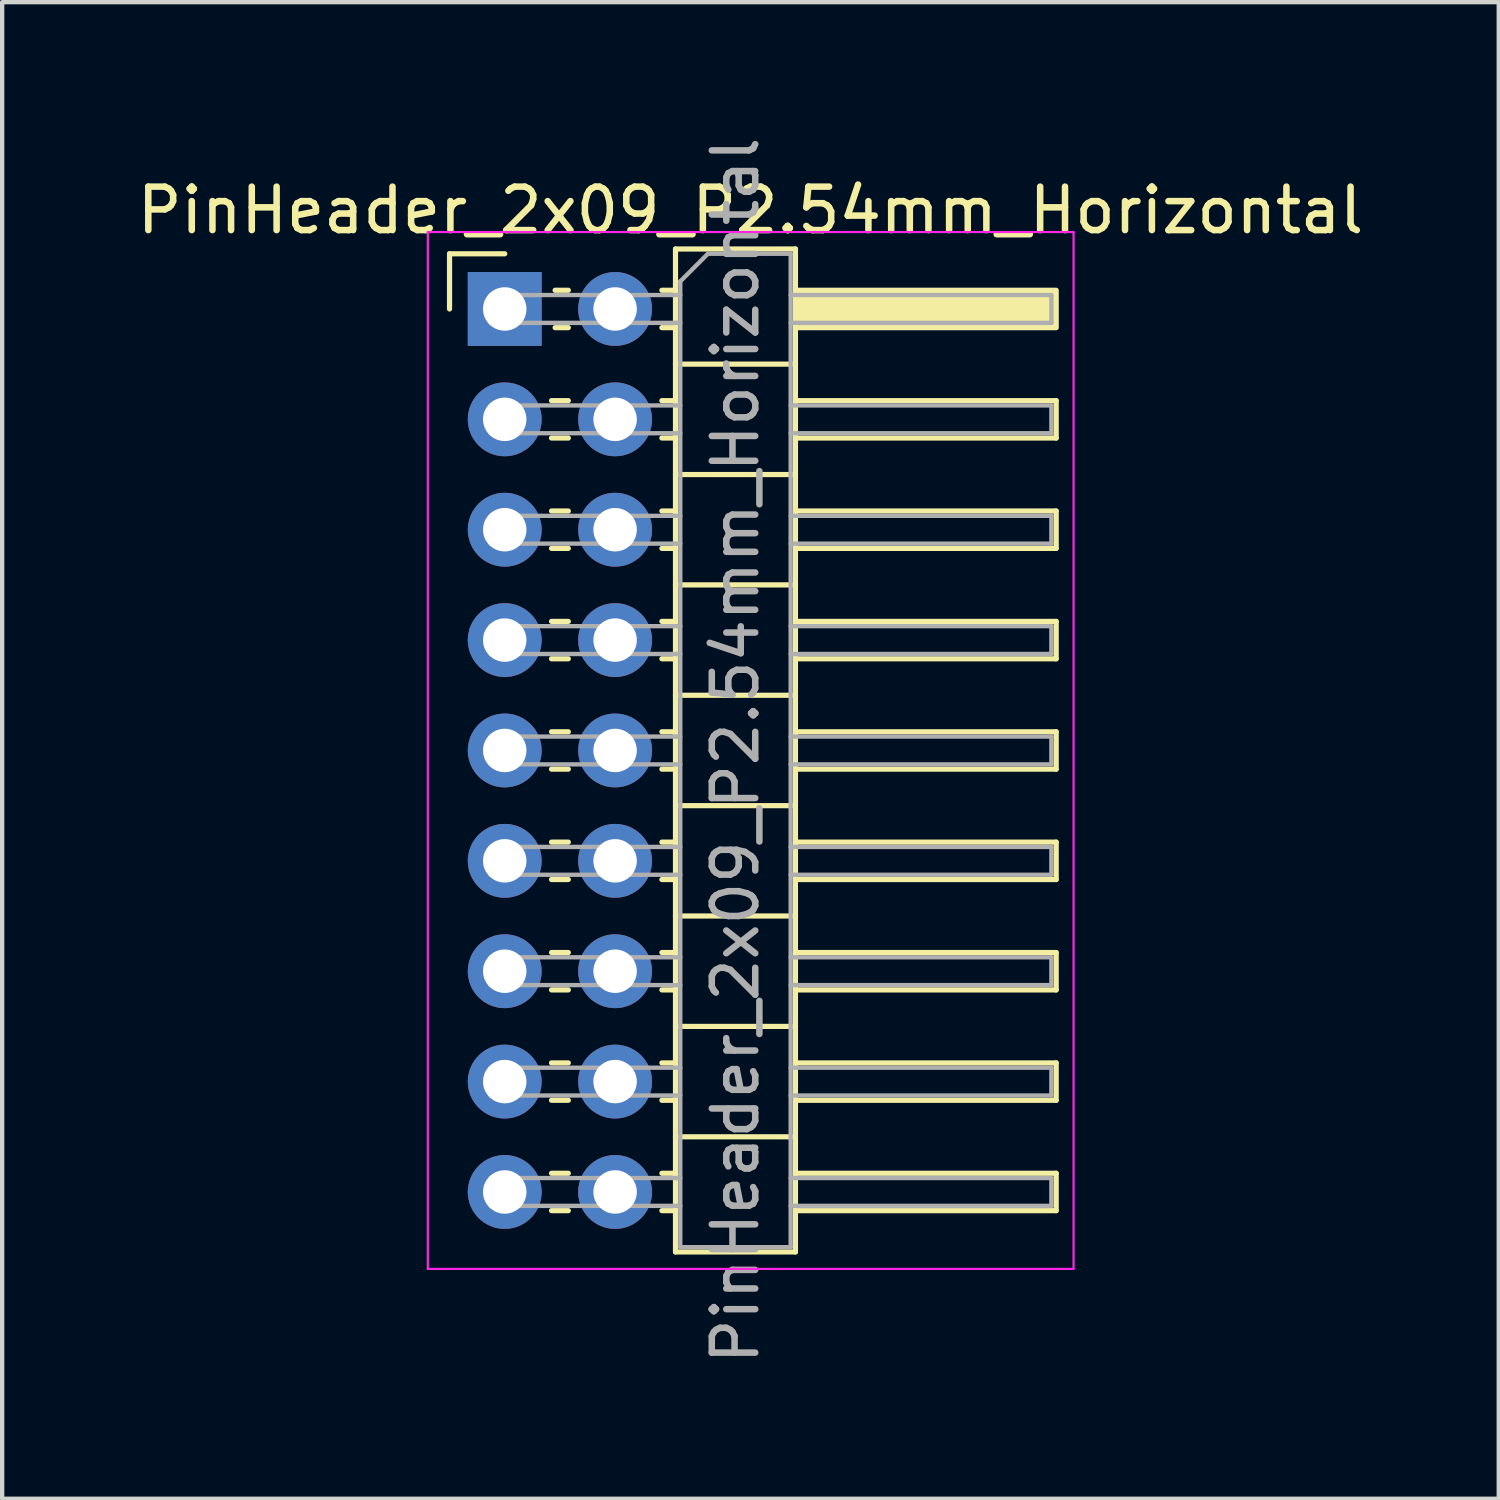
<source format=kicad_pcb>
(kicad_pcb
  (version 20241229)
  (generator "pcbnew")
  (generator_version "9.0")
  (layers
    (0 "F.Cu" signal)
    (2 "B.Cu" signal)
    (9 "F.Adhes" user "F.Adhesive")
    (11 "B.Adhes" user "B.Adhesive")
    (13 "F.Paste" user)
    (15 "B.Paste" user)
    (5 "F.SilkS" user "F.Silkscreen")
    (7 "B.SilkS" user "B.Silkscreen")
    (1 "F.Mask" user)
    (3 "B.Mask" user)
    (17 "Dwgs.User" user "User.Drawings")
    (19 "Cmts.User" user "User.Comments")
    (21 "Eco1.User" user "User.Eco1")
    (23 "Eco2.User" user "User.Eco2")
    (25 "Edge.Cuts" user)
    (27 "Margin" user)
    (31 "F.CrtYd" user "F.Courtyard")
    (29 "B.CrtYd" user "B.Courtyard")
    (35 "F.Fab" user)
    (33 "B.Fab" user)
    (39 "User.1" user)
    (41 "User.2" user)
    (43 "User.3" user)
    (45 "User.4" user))
  (footprint "PinHeader_2x09_P2.54mm_Horizontal"
    (layer "F.Cu")
    (at 8.565 4.06)
    (property "Reference" "PinHeader_2x09_P2.54mm_Horizontal" (at 5.655 -2.27 0) (layer "F.SilkS") (effects (font (size 1 1) (thickness 0.15))))
    (attr through_hole)
    (fp_line (start -1.27 -1.27) (end 0 -1.27) (stroke (width 0.12) (type solid)) (layer "F.SilkS"))
    (fp_line (start -1.27 0) (end -1.27 -1.27) (stroke (width 0.12) (type solid)) (layer "F.SilkS"))
    (fp_line (start 1.077 2.11) (end 1.463 2.11) (stroke (width 0.12) (type solid)) (layer "F.SilkS"))
    (fp_line (start 1.077 2.97) (end 1.463 2.97) (stroke (width 0.12) (type solid)) (layer "F.SilkS"))
    (fp_line (start 1.077 4.65) (end 1.463 4.65) (stroke (width 0.12) (type solid)) (layer "F.SilkS"))
    (fp_line (start 1.077 5.51) (end 1.463 5.51) (stroke (width 0.12) (type solid)) (layer "F.SilkS"))
    (fp_line (start 1.077 7.19) (end 1.463 7.19) (stroke (width 0.12) (type solid)) (layer "F.SilkS"))
    (fp_line (start 1.077 8.05) (end 1.463 8.05) (stroke (width 0.12) (type solid)) (layer "F.SilkS"))
    (fp_line (start 1.077 9.73) (end 1.463 9.73) (stroke (width 0.12) (type solid)) (layer "F.SilkS"))
    (fp_line (start 1.077 10.59) (end 1.463 10.59) (stroke (width 0.12) (type solid)) (layer "F.SilkS"))
    (fp_line (start 1.077 12.27) (end 1.463 12.27) (stroke (width 0.12) (type solid)) (layer "F.SilkS"))
    (fp_line (start 1.077 13.13) (end 1.463 13.13) (stroke (width 0.12) (type solid)) (layer "F.SilkS"))
    (fp_line (start 1.077 14.81) (end 1.463 14.81) (stroke (width 0.12) (type solid)) (layer "F.SilkS"))
    (fp_line (start 1.077 15.67) (end 1.463 15.67) (stroke (width 0.12) (type solid)) (layer "F.SilkS"))
    (fp_line (start 1.077 17.35) (end 1.463 17.35) (stroke (width 0.12) (type solid)) (layer "F.SilkS"))
    (fp_line (start 1.077 18.21) (end 1.463 18.21) (stroke (width 0.12) (type solid)) (layer "F.SilkS"))
    (fp_line (start 1.077 19.89) (end 1.463 19.89) (stroke (width 0.12) (type solid)) (layer "F.SilkS"))
    (fp_line (start 1.077 20.75) (end 1.463 20.75) (stroke (width 0.12) (type solid)) (layer "F.SilkS"))
    (fp_line (start 1.16 -0.43) (end 1.463 -0.43) (stroke (width 0.12) (type solid)) (layer "F.SilkS"))
    (fp_line (start 1.16 0.43) (end 1.463 0.43) (stroke (width 0.12) (type solid)) (layer "F.SilkS"))
    (fp_line (start 3.617 -0.43) (end 3.93 -0.43) (stroke (width 0.12) (type solid)) (layer "F.SilkS"))
    (fp_line (start 3.617 0.43) (end 3.93 0.43) (stroke (width 0.12) (type solid)) (layer "F.SilkS"))
    (fp_line (start 3.617 2.11) (end 3.93 2.11) (stroke (width 0.12) (type solid)) (layer "F.SilkS"))
    (fp_line (start 3.617 2.97) (end 3.93 2.97) (stroke (width 0.12) (type solid)) (layer "F.SilkS"))
    (fp_line (start 3.617 4.65) (end 3.93 4.65) (stroke (width 0.12) (type solid)) (layer "F.SilkS"))
    (fp_line (start 3.617 5.51) (end 3.93 5.51) (stroke (width 0.12) (type solid)) (layer "F.SilkS"))
    (fp_line (start 3.617 7.19) (end 3.93 7.19) (stroke (width 0.12) (type solid)) (layer "F.SilkS"))
    (fp_line (start 3.617 8.05) (end 3.93 8.05) (stroke (width 0.12) (type solid)) (layer "F.SilkS"))
    (fp_line (start 3.617 9.73) (end 3.93 9.73) (stroke (width 0.12) (type solid)) (layer "F.SilkS"))
    (fp_line (start 3.617 10.59) (end 3.93 10.59) (stroke (width 0.12) (type solid)) (layer "F.SilkS"))
    (fp_line (start 3.617 12.27) (end 3.93 12.27) (stroke (width 0.12) (type solid)) (layer "F.SilkS"))
    (fp_line (start 3.617 13.13) (end 3.93 13.13) (stroke (width 0.12) (type solid)) (layer "F.SilkS"))
    (fp_line (start 3.617 14.81) (end 3.93 14.81) (stroke (width 0.12) (type solid)) (layer "F.SilkS"))
    (fp_line (start 3.617 15.67) (end 3.93 15.67) (stroke (width 0.12) (type solid)) (layer "F.SilkS"))
    (fp_line (start 3.617 17.35) (end 3.93 17.35) (stroke (width 0.12) (type solid)) (layer "F.SilkS"))
    (fp_line (start 3.617 18.21) (end 3.93 18.21) (stroke (width 0.12) (type solid)) (layer "F.SilkS"))
    (fp_line (start 3.617 19.89) (end 3.93 19.89) (stroke (width 0.12) (type solid)) (layer "F.SilkS"))
    (fp_line (start 3.617 20.75) (end 3.93 20.75) (stroke (width 0.12) (type solid)) (layer "F.SilkS"))
    (fp_line (start 3.93 -1.38) (end 3.93 21.7) (stroke (width 0.12) (type solid)) (layer "F.SilkS"))
    (fp_line (start 3.93 1.27) (end 6.69 1.27) (stroke (width 0.12) (type solid)) (layer "F.SilkS"))
    (fp_line (start 3.93 3.81) (end 6.69 3.81) (stroke (width 0.12) (type solid)) (layer "F.SilkS"))
    (fp_line (start 3.93 6.35) (end 6.69 6.35) (stroke (width 0.12) (type solid)) (layer "F.SilkS"))
    (fp_line (start 3.93 8.89) (end 6.69 8.89) (stroke (width 0.12) (type solid)) (layer "F.SilkS"))
    (fp_line (start 3.93 11.43) (end 6.69 11.43) (stroke (width 0.12) (type solid)) (layer "F.SilkS"))
    (fp_line (start 3.93 13.97) (end 6.69 13.97) (stroke (width 0.12) (type solid)) (layer "F.SilkS"))
    (fp_line (start 3.93 16.51) (end 6.69 16.51) (stroke (width 0.12) (type solid)) (layer "F.SilkS"))
    (fp_line (start 3.93 19.05) (end 6.69 19.05) (stroke (width 0.12) (type solid)) (layer "F.SilkS"))
    (fp_line (start 3.93 21.7) (end 6.69 21.7) (stroke (width 0.12) (type solid)) (layer "F.SilkS"))
    (fp_line (start 6.69 -1.38) (end 3.93 -1.38) (stroke (width 0.12) (type solid)) (layer "F.SilkS"))
    (fp_line (start 6.69 2.11) (end 12.69 2.11) (stroke (width 0.12) (type solid)) (layer "F.SilkS"))
    (fp_line (start 6.69 4.65) (end 12.69 4.65) (stroke (width 0.12) (type solid)) (layer "F.SilkS"))
    (fp_line (start 6.69 7.19) (end 12.69 7.19) (stroke (width 0.12) (type solid)) (layer "F.SilkS"))
    (fp_line (start 6.69 9.73) (end 12.69 9.73) (stroke (width 0.12) (type solid)) (layer "F.SilkS"))
    (fp_line (start 6.69 12.27) (end 12.69 12.27) (stroke (width 0.12) (type solid)) (layer "F.SilkS"))
    (fp_line (start 6.69 14.81) (end 12.69 14.81) (stroke (width 0.12) (type solid)) (layer "F.SilkS"))
    (fp_line (start 6.69 17.35) (end 12.69 17.35) (stroke (width 0.12) (type solid)) (layer "F.SilkS"))
    (fp_line (start 6.69 19.89) (end 12.69 19.89) (stroke (width 0.12) (type solid)) (layer "F.SilkS"))
    (fp_line (start 6.69 21.7) (end 6.69 -1.38) (stroke (width 0.12) (type solid)) (layer "F.SilkS"))
    (fp_line (start 12.69 2.11) (end 12.69 2.97) (stroke (width 0.12) (type solid)) (layer "F.SilkS"))
    (fp_line (start 12.69 2.97) (end 6.69 2.97) (stroke (width 0.12) (type solid)) (layer "F.SilkS"))
    (fp_line (start 12.69 4.65) (end 12.69 5.51) (stroke (width 0.12) (type solid)) (layer "F.SilkS"))
    (fp_line (start 12.69 5.51) (end 6.69 5.51) (stroke (width 0.12) (type solid)) (layer "F.SilkS"))
    (fp_line (start 12.69 7.19) (end 12.69 8.05) (stroke (width 0.12) (type solid)) (layer "F.SilkS"))
    (fp_line (start 12.69 8.05) (end 6.69 8.05) (stroke (width 0.12) (type solid)) (layer "F.SilkS"))
    (fp_line (start 12.69 9.73) (end 12.69 10.59) (stroke (width 0.12) (type solid)) (layer "F.SilkS"))
    (fp_line (start 12.69 10.59) (end 6.69 10.59) (stroke (width 0.12) (type solid)) (layer "F.SilkS"))
    (fp_line (start 12.69 12.27) (end 12.69 13.13) (stroke (width 0.12) (type solid)) (layer "F.SilkS"))
    (fp_line (start 12.69 13.13) (end 6.69 13.13) (stroke (width 0.12) (type solid)) (layer "F.SilkS"))
    (fp_line (start 12.69 14.81) (end 12.69 15.67) (stroke (width 0.12) (type solid)) (layer "F.SilkS"))
    (fp_line (start 12.69 15.67) (end 6.69 15.67) (stroke (width 0.12) (type solid)) (layer "F.SilkS"))
    (fp_line (start 12.69 17.35) (end 12.69 18.21) (stroke (width 0.12) (type solid)) (layer "F.SilkS"))
    (fp_line (start 12.69 18.21) (end 6.69 18.21) (stroke (width 0.12) (type solid)) (layer "F.SilkS"))
    (fp_line (start 12.69 19.89) (end 12.69 20.75) (stroke (width 0.12) (type solid)) (layer "F.SilkS"))
    (fp_line (start 12.69 20.75) (end 6.69 20.75) (stroke (width 0.12) (type solid)) (layer "F.SilkS"))
    (fp_rect (start 6.69 -0.43) (end 12.69 0.43) (stroke (width 0.12) (type solid)) (fill yes) (layer "F.SilkS"))
    (fp_line (start -1.77 -1.77) (end -1.77 22.09) (stroke (width 0.05) (type solid)) (layer "F.CrtYd"))
    (fp_line (start -1.77 22.09) (end 13.09 22.09) (stroke (width 0.05) (type solid)) (layer "F.CrtYd"))
    (fp_line (start 13.09 -1.77) (end -1.77 -1.77) (stroke (width 0.05) (type solid)) (layer "F.CrtYd"))
    (fp_line (start 13.09 22.09) (end 13.09 -1.77) (stroke (width 0.05) (type solid)) (layer "F.CrtYd"))
    (fp_line (start -0.32 -0.32) (end -0.32 0.32) (stroke (width 0.1) (type solid)) (layer "F.Fab"))
    (fp_line (start -0.32 -0.32) (end 4.04 -0.32) (stroke (width 0.1) (type solid)) (layer "F.Fab"))
    (fp_line (start -0.32 0.32) (end 4.04 0.32) (stroke (width 0.1) (type solid)) (layer "F.Fab"))
    (fp_line (start -0.32 2.22) (end -0.32 2.86) (stroke (width 0.1) (type solid)) (layer "F.Fab"))
    (fp_line (start -0.32 2.22) (end 4.04 2.22) (stroke (width 0.1) (type solid)) (layer "F.Fab"))
    (fp_line (start -0.32 2.86) (end 4.04 2.86) (stroke (width 0.1) (type solid)) (layer "F.Fab"))
    (fp_line (start -0.32 4.76) (end -0.32 5.4) (stroke (width 0.1) (type solid)) (layer "F.Fab"))
    (fp_line (start -0.32 4.76) (end 4.04 4.76) (stroke (width 0.1) (type solid)) (layer "F.Fab"))
    (fp_line (start -0.32 5.4) (end 4.04 5.4) (stroke (width 0.1) (type solid)) (layer "F.Fab"))
    (fp_line (start -0.32 7.3) (end -0.32 7.94) (stroke (width 0.1) (type solid)) (layer "F.Fab"))
    (fp_line (start -0.32 7.3) (end 4.04 7.3) (stroke (width 0.1) (type solid)) (layer "F.Fab"))
    (fp_line (start -0.32 7.94) (end 4.04 7.94) (stroke (width 0.1) (type solid)) (layer "F.Fab"))
    (fp_line (start -0.32 9.84) (end -0.32 10.48) (stroke (width 0.1) (type solid)) (layer "F.Fab"))
    (fp_line (start -0.32 9.84) (end 4.04 9.84) (stroke (width 0.1) (type solid)) (layer "F.Fab"))
    (fp_line (start -0.32 10.48) (end 4.04 10.48) (stroke (width 0.1) (type solid)) (layer "F.Fab"))
    (fp_line (start -0.32 12.38) (end -0.32 13.02) (stroke (width 0.1) (type solid)) (layer "F.Fab"))
    (fp_line (start -0.32 12.38) (end 4.04 12.38) (stroke (width 0.1) (type solid)) (layer "F.Fab"))
    (fp_line (start -0.32 13.02) (end 4.04 13.02) (stroke (width 0.1) (type solid)) (layer "F.Fab"))
    (fp_line (start -0.32 14.92) (end -0.32 15.56) (stroke (width 0.1) (type solid)) (layer "F.Fab"))
    (fp_line (start -0.32 14.92) (end 4.04 14.92) (stroke (width 0.1) (type solid)) (layer "F.Fab"))
    (fp_line (start -0.32 15.56) (end 4.04 15.56) (stroke (width 0.1) (type solid)) (layer "F.Fab"))
    (fp_line (start -0.32 17.46) (end -0.32 18.1) (stroke (width 0.1) (type solid)) (layer "F.Fab"))
    (fp_line (start -0.32 17.46) (end 4.04 17.46) (stroke (width 0.1) (type solid)) (layer "F.Fab"))
    (fp_line (start -0.32 18.1) (end 4.04 18.1) (stroke (width 0.1) (type solid)) (layer "F.Fab"))
    (fp_line (start -0.32 20) (end -0.32 20.64) (stroke (width 0.1) (type solid)) (layer "F.Fab"))
    (fp_line (start -0.32 20) (end 4.04 20) (stroke (width 0.1) (type solid)) (layer "F.Fab"))
    (fp_line (start -0.32 20.64) (end 4.04 20.64) (stroke (width 0.1) (type solid)) (layer "F.Fab"))
    (fp_line (start 4.04 -0.635) (end 4.675 -1.27) (stroke (width 0.1) (type solid)) (layer "F.Fab"))
    (fp_line (start 4.04 21.59) (end 4.04 -0.635) (stroke (width 0.1) (type solid)) (layer "F.Fab"))
    (fp_line (start 4.675 -1.27) (end 6.58 -1.27) (stroke (width 0.1) (type solid)) (layer "F.Fab"))
    (fp_line (start 6.58 -1.27) (end 6.58 21.59) (stroke (width 0.1) (type solid)) (layer "F.Fab"))
    (fp_line (start 6.58 -0.32) (end 12.58 -0.32) (stroke (width 0.1) (type solid)) (layer "F.Fab"))
    (fp_line (start 6.58 0.32) (end 12.58 0.32) (stroke (width 0.1) (type solid)) (layer "F.Fab"))
    (fp_line (start 6.58 2.22) (end 12.58 2.22) (stroke (width 0.1) (type solid)) (layer "F.Fab"))
    (fp_line (start 6.58 2.86) (end 12.58 2.86) (stroke (width 0.1) (type solid)) (layer "F.Fab"))
    (fp_line (start 6.58 4.76) (end 12.58 4.76) (stroke (width 0.1) (type solid)) (layer "F.Fab"))
    (fp_line (start 6.58 5.4) (end 12.58 5.4) (stroke (width 0.1) (type solid)) (layer "F.Fab"))
    (fp_line (start 6.58 7.3) (end 12.58 7.3) (stroke (width 0.1) (type solid)) (layer "F.Fab"))
    (fp_line (start 6.58 7.94) (end 12.58 7.94) (stroke (width 0.1) (type solid)) (layer "F.Fab"))
    (fp_line (start 6.58 9.84) (end 12.58 9.84) (stroke (width 0.1) (type solid)) (layer "F.Fab"))
    (fp_line (start 6.58 10.48) (end 12.58 10.48) (stroke (width 0.1) (type solid)) (layer "F.Fab"))
    (fp_line (start 6.58 12.38) (end 12.58 12.38) (stroke (width 0.1) (type solid)) (layer "F.Fab"))
    (fp_line (start 6.58 13.02) (end 12.58 13.02) (stroke (width 0.1) (type solid)) (layer "F.Fab"))
    (fp_line (start 6.58 14.92) (end 12.58 14.92) (stroke (width 0.1) (type solid)) (layer "F.Fab"))
    (fp_line (start 6.58 15.56) (end 12.58 15.56) (stroke (width 0.1) (type solid)) (layer "F.Fab"))
    (fp_line (start 6.58 17.46) (end 12.58 17.46) (stroke (width 0.1) (type solid)) (layer "F.Fab"))
    (fp_line (start 6.58 18.1) (end 12.58 18.1) (stroke (width 0.1) (type solid)) (layer "F.Fab"))
    (fp_line (start 6.58 20) (end 12.58 20) (stroke (width 0.1) (type solid)) (layer "F.Fab"))
    (fp_line (start 6.58 20.64) (end 12.58 20.64) (stroke (width 0.1) (type solid)) (layer "F.Fab"))
    (fp_line (start 6.58 21.59) (end 4.04 21.59) (stroke (width 0.1) (type solid)) (layer "F.Fab"))
    (fp_line (start 12.58 -0.32) (end 12.58 0.32) (stroke (width 0.1) (type solid)) (layer "F.Fab"))
    (fp_line (start 12.58 2.22) (end 12.58 2.86) (stroke (width 0.1) (type solid)) (layer "F.Fab"))
    (fp_line (start 12.58 4.76) (end 12.58 5.4) (stroke (width 0.1) (type solid)) (layer "F.Fab"))
    (fp_line (start 12.58 7.3) (end 12.58 7.94) (stroke (width 0.1) (type solid)) (layer "F.Fab"))
    (fp_line (start 12.58 9.84) (end 12.58 10.48) (stroke (width 0.1) (type solid)) (layer "F.Fab"))
    (fp_line (start 12.58 12.38) (end 12.58 13.02) (stroke (width 0.1) (type solid)) (layer "F.Fab"))
    (fp_line (start 12.58 14.92) (end 12.58 15.56) (stroke (width 0.1) (type solid)) (layer "F.Fab"))
    (fp_line (start 12.58 17.46) (end 12.58 18.1) (stroke (width 0.1) (type solid)) (layer "F.Fab"))
    (fp_line (start 12.58 20) (end 12.58 20.64) (stroke (width 0.1) (type solid)) (layer "F.Fab"))
    (fp_text user "${REFERENCE}" (at 5.31 10.16 90) (layer "F.Fab") (effects (font (size 1 1) (thickness 0.15))))
    (pad "1" thru_hole rect (at 0 0) (size 1.7 1.7) (drill 1) (layers "*.Cu" "*.Mask"))
    (pad "2" thru_hole circle (at 2.54 0) (size 1.7 1.7) (drill 1) (layers "*.Cu" "*.Mask"))
    (pad "3" thru_hole circle (at 0 2.54) (size 1.7 1.7) (drill 1) (layers "*.Cu" "*.Mask"))
    (pad "4" thru_hole circle (at 2.54 2.54) (size 1.7 1.7) (drill 1) (layers "*.Cu" "*.Mask"))
    (pad "5" thru_hole circle (at 0 5.08) (size 1.7 1.7) (drill 1) (layers "*.Cu" "*.Mask"))
    (pad "6" thru_hole circle (at 2.54 5.08) (size 1.7 1.7) (drill 1) (layers "*.Cu" "*.Mask"))
    (pad "7" thru_hole circle (at 0 7.62) (size 1.7 1.7) (drill 1) (layers "*.Cu" "*.Mask"))
    (pad "8" thru_hole circle (at 2.54 7.62) (size 1.7 1.7) (drill 1) (layers "*.Cu" "*.Mask"))
    (pad "9" thru_hole circle (at 0 10.16) (size 1.7 1.7) (drill 1) (layers "*.Cu" "*.Mask"))
    (pad "10" thru_hole circle (at 2.54 10.16) (size 1.7 1.7) (drill 1) (layers "*.Cu" "*.Mask"))
    (pad "11" thru_hole circle (at 0 12.7) (size 1.7 1.7) (drill 1) (layers "*.Cu" "*.Mask"))
    (pad "12" thru_hole circle (at 2.54 12.7) (size 1.7 1.7) (drill 1) (layers "*.Cu" "*.Mask"))
    (pad "13" thru_hole circle (at 0 15.24) (size 1.7 1.7) (drill 1) (layers "*.Cu" "*.Mask"))
    (pad "14" thru_hole circle (at 2.54 15.24) (size 1.7 1.7) (drill 1) (layers "*.Cu" "*.Mask"))
    (pad "15" thru_hole circle (at 0 17.78) (size 1.7 1.7) (drill 1) (layers "*.Cu" "*.Mask"))
    (pad "16" thru_hole circle (at 2.54 17.78) (size 1.7 1.7) (drill 1) (layers "*.Cu" "*.Mask"))
    (pad "17" thru_hole circle (at 0 20.32) (size 1.7 1.7) (drill 1) (layers "*.Cu" "*.Mask"))
    (pad "18" thru_hole circle (at 2.54 20.32) (size 1.7 1.7) (drill 1) (layers "*.Cu" "*.Mask")))
  (gr_rect
    (start -3 -3)
    (end 31.44 31.44)
    (stroke (width 0.1) (type default))
    (fill no)
    (layer "Edge.Cuts")))
</source>
